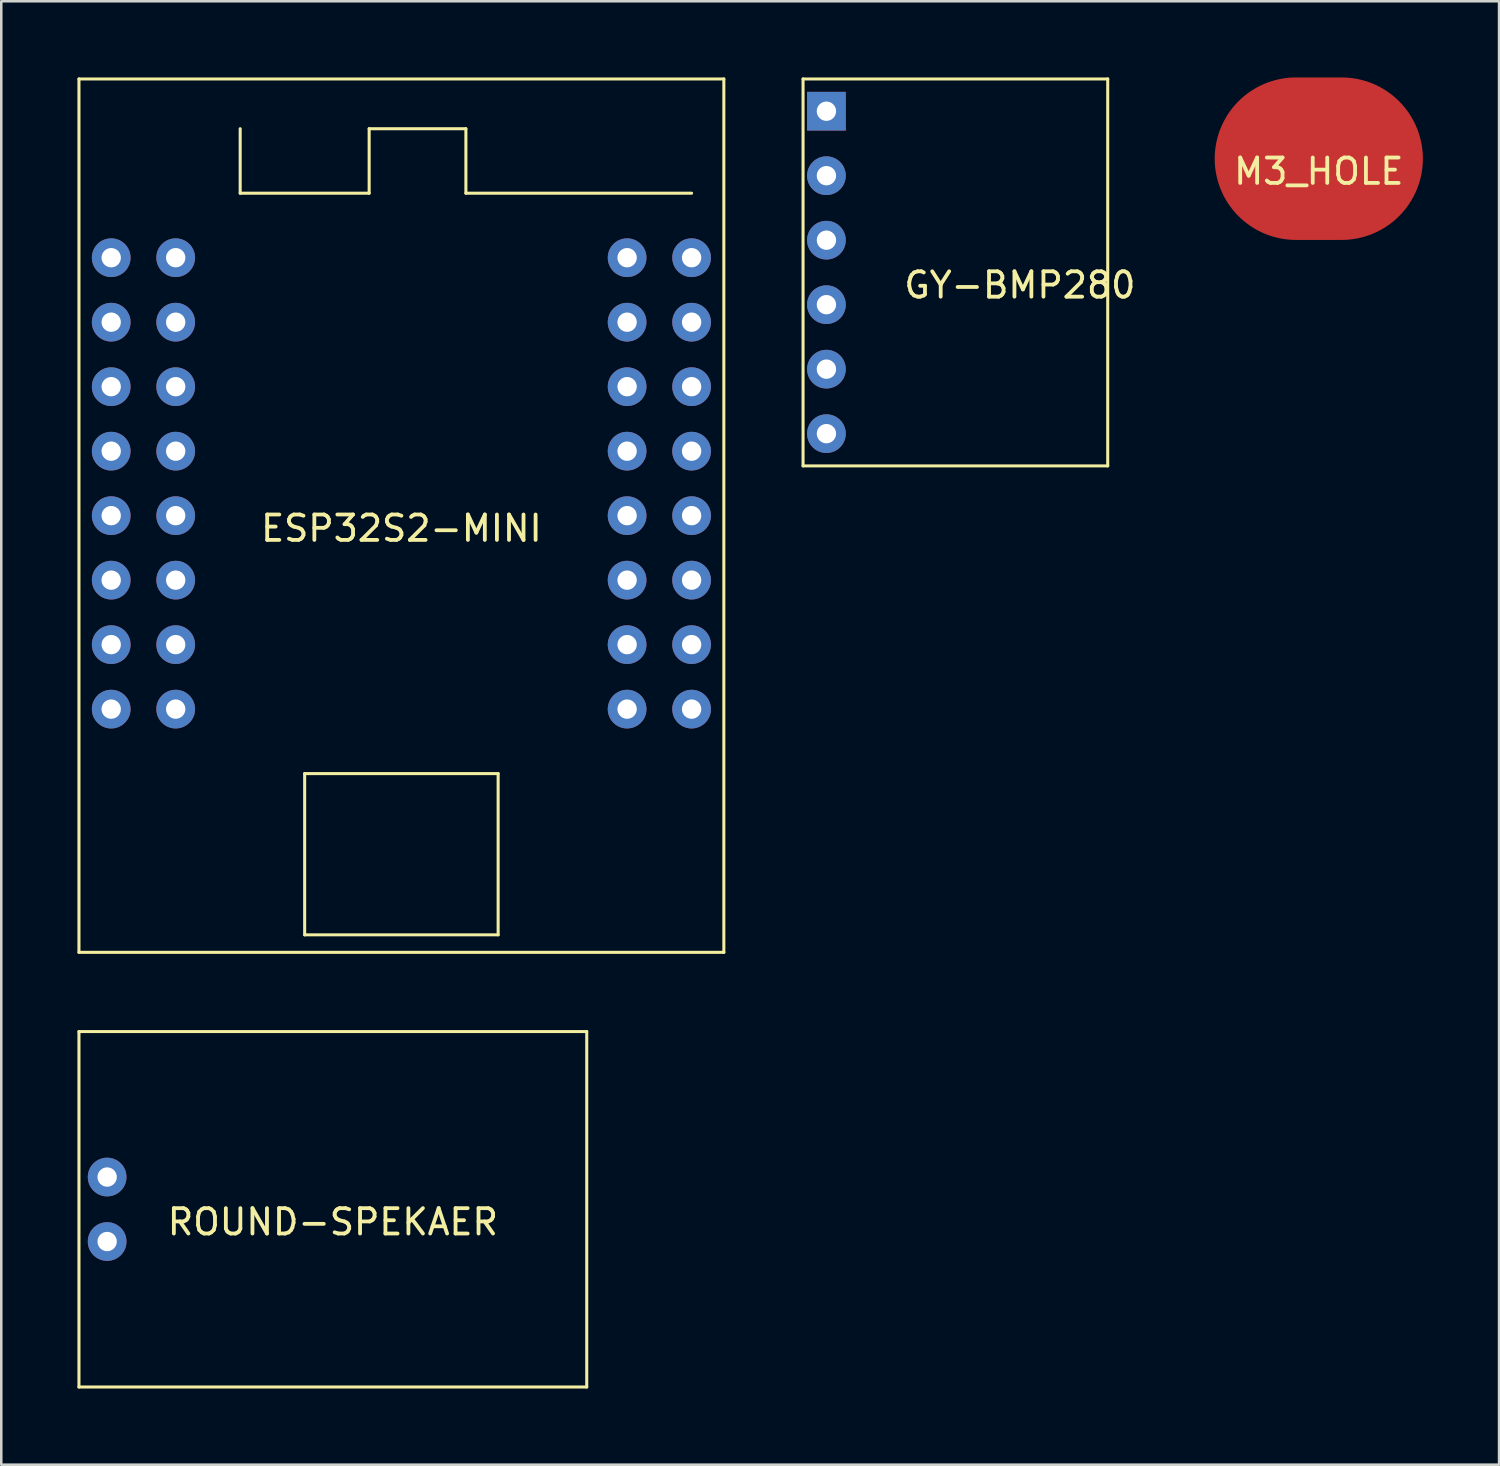
<source format=kicad_pcb>
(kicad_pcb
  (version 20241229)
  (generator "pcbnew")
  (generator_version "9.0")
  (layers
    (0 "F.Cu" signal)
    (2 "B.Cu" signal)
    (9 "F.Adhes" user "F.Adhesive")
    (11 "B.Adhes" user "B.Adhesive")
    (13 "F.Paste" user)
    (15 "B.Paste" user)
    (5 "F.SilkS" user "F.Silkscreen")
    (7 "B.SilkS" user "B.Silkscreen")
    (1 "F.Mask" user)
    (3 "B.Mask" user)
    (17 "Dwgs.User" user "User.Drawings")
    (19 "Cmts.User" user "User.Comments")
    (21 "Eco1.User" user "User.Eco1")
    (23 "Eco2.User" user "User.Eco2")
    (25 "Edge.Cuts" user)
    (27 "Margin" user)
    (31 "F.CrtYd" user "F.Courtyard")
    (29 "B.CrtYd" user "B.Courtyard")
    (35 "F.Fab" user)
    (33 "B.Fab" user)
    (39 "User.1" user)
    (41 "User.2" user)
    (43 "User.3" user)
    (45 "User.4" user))
  (footprint "M3_HOLE"
    (layer "F.Cu")
    (at 48.893 3.2)
    (property "Reference" "M3_HOLE" (at 0 0.5 0) (layer "F.SilkS") (effects (font (size 1 1) (thickness 0.15))))
    (attr through_hole)
    (pad "1" smd oval (at 0 0 90) (size 6.4 8.2) (layers "F.Cu" "F.Mask" "F.Paste")))
  (footprint "ESP32S2-MINI"
    (layer "F.Cu")
    (at 12.76 17.26)
    (property "Reference" "ESP32S2-MINI" (at 0 0.5 0) (layer "F.SilkS") (effects (font (size 1 1) (thickness 0.15))))
    (attr through_hole)
    (fp_line (start -12.7 -17.2) (end -12.7 17.2) (stroke (width 0.12) (type solid)) (layer "F.SilkS"))
    (fp_line (start -12.7 -17.2) (end 12.7 -17.2) (stroke (width 0.12) (type solid)) (layer "F.SilkS"))
    (fp_line (start -12.7 17.2) (end 12.7 17.2) (stroke (width 0.12) (type solid)) (layer "F.SilkS"))
    (fp_line (start -6.35 -15.24) (end -6.35 -12.7) (stroke (width 0.12) (type solid)) (layer "F.SilkS"))
    (fp_line (start -6.35 -12.7) (end -1.27 -12.7) (stroke (width 0.12) (type solid)) (layer "F.SilkS"))
    (fp_line (start -3.81 10.16) (end -3.81 16.51) (stroke (width 0.12) (type solid)) (layer "F.SilkS"))
    (fp_line (start -3.81 16.51) (end 3.81 16.51) (stroke (width 0.12) (type solid)) (layer "F.SilkS"))
    (fp_line (start -1.27 -15.24) (end 2.54 -15.24) (stroke (width 0.12) (type solid)) (layer "F.SilkS"))
    (fp_line (start -1.27 -12.7) (end -1.27 -15.24) (stroke (width 0.12) (type solid)) (layer "F.SilkS"))
    (fp_line (start 2.54 -15.24) (end 2.54 -12.7) (stroke (width 0.12) (type solid)) (layer "F.SilkS"))
    (fp_line (start 2.54 -12.7) (end 11.43 -12.7) (stroke (width 0.12) (type solid)) (layer "F.SilkS"))
    (fp_line (start 3.81 10.16) (end -3.81 10.16) (stroke (width 0.12) (type solid)) (layer "F.SilkS"))
    (fp_line (start 3.81 16.51) (end 3.81 10.16) (stroke (width 0.12) (type solid)) (layer "F.SilkS"))
    (fp_line (start 12.7 -17.2) (end 12.7 17.2) (stroke (width 0.12) (type solid)) (layer "F.SilkS"))
    (pad "1" thru_hole circle (at -11.43 -10.16) (size 1.524 1.524) (drill 0.762) (layers "*.Cu" "*.Mask"))
    (pad "2" thru_hole circle (at -8.89 -10.16) (size 1.524 1.524) (drill 0.762) (layers "*.Cu" "*.Mask"))
    (pad "3" thru_hole circle (at -11.43 -7.62) (size 1.524 1.524) (drill 0.762) (layers "*.Cu" "*.Mask"))
    (pad "4" thru_hole circle (at -8.89 -7.62) (size 1.524 1.524) (drill 0.762) (layers "*.Cu" "*.Mask"))
    (pad "5" thru_hole circle (at -11.43 -5.08) (size 1.524 1.524) (drill 0.762) (layers "*.Cu" "*.Mask"))
    (pad "6" thru_hole circle (at -8.89 -5.08) (size 1.524 1.524) (drill 0.762) (layers "*.Cu" "*.Mask"))
    (pad "7" thru_hole circle (at -11.43 -2.54) (size 1.524 1.524) (drill 0.762) (layers "*.Cu" "*.Mask"))
    (pad "8" thru_hole circle (at -8.89 -2.54) (size 1.524 1.524) (drill 0.762) (layers "*.Cu" "*.Mask"))
    (pad "9" thru_hole circle (at -11.43 0) (size 1.524 1.524) (drill 0.762) (layers "*.Cu" "*.Mask"))
    (pad "10" thru_hole circle (at -8.89 0) (size 1.524 1.524) (drill 0.762) (layers "*.Cu" "*.Mask"))
    (pad "11" thru_hole circle (at -11.43 2.54) (size 1.524 1.524) (drill 0.762) (layers "*.Cu" "*.Mask"))
    (pad "12" thru_hole circle (at -8.89 2.54) (size 1.524 1.524) (drill 0.762) (layers "*.Cu" "*.Mask"))
    (pad "13" thru_hole circle (at -11.43 5.08) (size 1.524 1.524) (drill 0.762) (layers "*.Cu" "*.Mask"))
    (pad "14" thru_hole circle (at -8.89 5.08) (size 1.524 1.524) (drill 0.762) (layers "*.Cu" "*.Mask"))
    (pad "15" thru_hole circle (at -11.43 7.62) (size 1.524 1.524) (drill 0.762) (layers "*.Cu" "*.Mask"))
    (pad "16" thru_hole circle (at -8.89 7.62) (size 1.524 1.524) (drill 0.762) (layers "*.Cu" "*.Mask"))
    (pad "17" thru_hole circle (at 8.89 -10.16) (size 1.524 1.524) (drill 0.762) (layers "*.Cu" "*.Mask"))
    (pad "18" thru_hole circle (at 11.43 -10.16) (size 1.524 1.524) (drill 0.762) (layers "*.Cu" "*.Mask"))
    (pad "19" thru_hole circle (at 8.89 -7.62) (size 1.524 1.524) (drill 0.762) (layers "*.Cu" "*.Mask"))
    (pad "20" thru_hole circle (at 11.43 -7.62) (size 1.524 1.524) (drill 0.762) (layers "*.Cu" "*.Mask"))
    (pad "21" thru_hole circle (at 8.89 -5.08) (size 1.524 1.524) (drill 0.762) (layers "*.Cu" "*.Mask"))
    (pad "22" thru_hole circle (at 11.43 -5.08) (size 1.524 1.524) (drill 0.762) (layers "*.Cu" "*.Mask"))
    (pad "23" thru_hole circle (at 8.89 -2.54) (size 1.524 1.524) (drill 0.762) (layers "*.Cu" "*.Mask"))
    (pad "24" thru_hole circle (at 11.43 -2.54) (size 1.524 1.524) (drill 0.762) (layers "*.Cu" "*.Mask"))
    (pad "25" thru_hole circle (at 8.89 0) (size 1.524 1.524) (drill 0.762) (layers "*.Cu" "*.Mask"))
    (pad "26" thru_hole circle (at 11.43 0) (size 1.524 1.524) (drill 0.762) (layers "*.Cu" "*.Mask"))
    (pad "27" thru_hole circle (at 8.89 2.54) (size 1.524 1.524) (drill 0.762) (layers "*.Cu" "*.Mask"))
    (pad "28" thru_hole circle (at 11.43 2.54) (size 1.524 1.524) (drill 0.762) (layers "*.Cu" "*.Mask"))
    (pad "29" thru_hole circle (at 8.89 5.08) (size 1.524 1.524) (drill 0.762) (layers "*.Cu" "*.Mask"))
    (pad "30" thru_hole circle (at 11.43 5.08) (size 1.524 1.524) (drill 0.762) (layers "*.Cu" "*.Mask"))
    (pad "31" thru_hole circle (at 8.89 7.62) (size 1.524 1.524) (drill 0.762) (layers "*.Cu" "*.Mask"))
    (pad "32" thru_hole circle (at 11.43 7.62) (size 1.524 1.524) (drill 0.762) (layers "*.Cu" "*.Mask")))
  (footprint "ROUND-SPEKAER"
    (layer "F.Cu")
    (at 10.06 44.58)
    (property "Reference" "ROUND-SPEKAER" (at 0 0.5 0) (layer "F.SilkS") (effects (font (size 1 1) (thickness 0.15))))
    (attr through_hole)
    (fp_line (start -10 -7) (end 10 -7) (stroke (width 0.12) (type solid)) (layer "F.SilkS"))
    (fp_line (start -10 7) (end -10 -7) (stroke (width 0.12) (type solid)) (layer "F.SilkS"))
    (fp_line (start 10 -7) (end 10 7) (stroke (width 0.12) (type solid)) (layer "F.SilkS"))
    (fp_line (start 10 7) (end -10 7) (stroke (width 0.12) (type solid)) (layer "F.SilkS"))
    (pad "1" thru_hole circle (at -8.89 -1.27) (size 1.524 1.524) (drill 0.762) (layers "*.Cu" "*.Mask"))
    (pad "2" thru_hole circle (at -8.89 1.27) (size 1.524 1.524) (drill 0.762) (layers "*.Cu" "*.Mask")))
  (footprint "GY-BMP280"
    (layer "F.Cu")
    (at 34.58 7.68)
    (property "Reference" "GY-BMP280" (at 2.54 0.5 0) (layer "F.SilkS") (effects (font (size 1 1) (thickness 0.15))))
    (attr through_hole)
    (fp_line (start -6 -7.62) (end 6 -7.62) (stroke (width 0.12) (type solid)) (layer "F.SilkS"))
    (fp_line (start -6 7.62) (end -6 -7.62) (stroke (width 0.12) (type solid)) (layer "F.SilkS"))
    (fp_line (start 6 -7.62) (end 6 7.62) (stroke (width 0.12) (type solid)) (layer "F.SilkS"))
    (fp_line (start 6 7.62) (end -6 7.62) (stroke (width 0.12) (type solid)) (layer "F.SilkS"))
    (pad "1" thru_hole rect (at -5.08 -6.35) (size 1.524 1.524) (drill 0.762) (layers "*.Cu" "*.Mask"))
    (pad "2" thru_hole circle (at -5.08 -3.81) (size 1.524 1.524) (drill 0.762) (layers "*.Cu" "*.Mask"))
    (pad "3" thru_hole circle (at -5.08 -1.27) (size 1.524 1.524) (drill 0.762) (layers "*.Cu" "*.Mask"))
    (pad "4" thru_hole circle (at -5.08 1.27) (size 1.524 1.524) (drill 0.762) (layers "*.Cu" "*.Mask"))
    (pad "5" thru_hole circle (at -5.08 3.81) (size 1.524 1.524) (drill 0.762) (layers "*.Cu" "*.Mask"))
    (pad "6" thru_hole circle (at -5.08 6.35) (size 1.524 1.524) (drill 0.762) (layers "*.Cu" "*.Mask")))
  (gr_rect
    (start -3 -3)
    (end 55.993 54.64)
    (stroke (width 0.1) (type default))
    (fill no)
    (layer "Edge.Cuts")))
</source>
